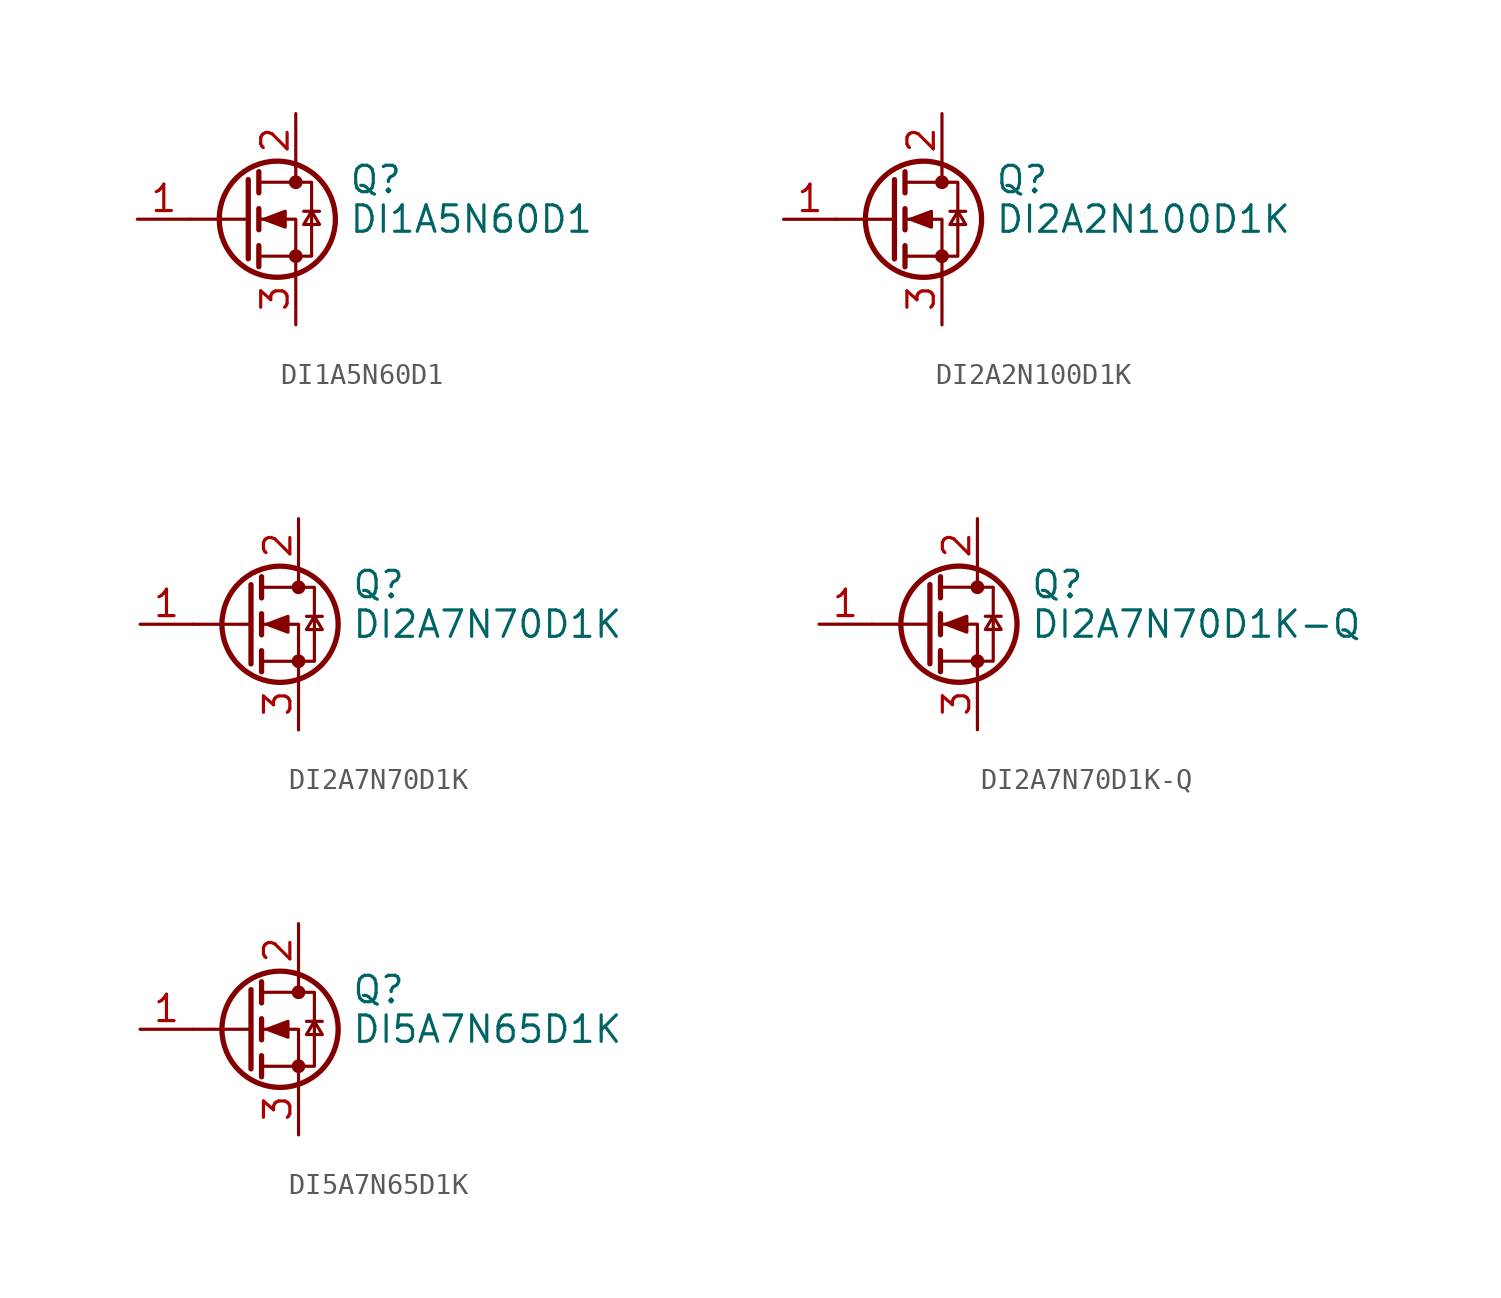
<source format=kicad_sym>
(kicad_symbol_lib
  (version 20241209)
  (generator "kicad_symbol_editor")
  (generator_version "9.0")
  (symbol "DI1A5N60D1"
    (pin_names
      (offset 0)
      (hide yes))
    (property "Reference" "Q"
      (at 5.08 1.905 0)
      (effects (font (size 1.27 1.27)) (justify left)))
    (property "Value" "DI1A5N60D1"
      (at 5.08 0 0)
      (effects (font (size 1.27 1.27)) (justify left)))
    (symbol "DI1A5N60D1_0_1"
      (polyline (pts (xy 0.254 1.905) (xy 0.254 -1.905)) (stroke (width 0.254) (type default)) (fill (type none)))
      (polyline (pts (xy 0.254 0) (xy -2.54 0)) (stroke (width 0) (type default)) (fill (type none)))
      (polyline (pts (xy 0.762 2.286) (xy 0.762 1.27)) (stroke (width 0.254) (type default)) (fill (type none)))
      (polyline (pts (xy 0.762 0.508) (xy 0.762 -0.508)) (stroke (width 0.254) (type default)) (fill (type none)))
      (polyline (pts (xy 0.762 -1.27) (xy 0.762 -2.286)) (stroke (width 0.254) (type default)) (fill (type none)))
      (polyline (pts (xy 0.762 -1.778) (xy 3.302 -1.778) (xy 3.302 1.778) (xy 0.762 1.778)) (stroke (width 0) (type default)) (fill (type none)))
      (polyline (pts (xy 1.016 0) (xy 2.032 0.381) (xy 2.032 -0.381) (xy 1.016 0)) (stroke (width 0) (type default)) (fill (type outline)))
      (circle (center 1.651 0) (radius 2.794) (stroke (width 0.254) (type default)) (fill (type none)))
      (polyline (pts (xy 2.54 2.54) (xy 2.54 1.778)) (stroke (width 0) (type default)) (fill (type none)))
      (circle (center 2.54 1.778) (radius 0.254) (stroke (width 0) (type default)) (fill (type outline)))
      (circle (center 2.54 -1.778) (radius 0.254) (stroke (width 0) (type default)) (fill (type outline)))
      (polyline (pts (xy 2.54 -2.54) (xy 2.54 0) (xy 0.762 0)) (stroke (width 0) (type default)) (fill (type none)))
      (polyline (pts (xy 2.921 0.381) (xy 3.683 0.381)) (stroke (width 0) (type default)) (fill (type none)))
      (polyline (pts (xy 3.302 0.381) (xy 2.921 -0.254) (xy 3.683 -0.254) (xy 3.302 0.381)) (stroke (width 0) (type default)) (fill (type none))))
    (symbol "DI1A5N60D1_1_1"
      (pin input line (at -5.08 0 0) (length 2.54) (name "G" (effects (font (size 1.27 1.27)))) (number "1" (effects (font (size 1.27 1.27)))))
      (pin passive line (at 2.54 5.08 270) (length 2.54) (name "D" (effects (font (size 1.27 1.27)))) (number "2" (effects (font (size 1.27 1.27)))))
      (pin passive line (at 2.54 -5.08 90) (length 2.54) (name "S" (effects (font (size 1.27 1.27)))) (number "3" (effects (font (size 1.27 1.27)))))))
  (symbol "DI2A2N100D1K"
    (pin_names
      (offset 0)
      (hide yes))
    (property "Reference" "Q"
      (at 5.08 1.905 0)
      (effects (font (size 1.27 1.27)) (justify left)))
    (property "Value" "DI2A2N100D1K"
      (at 5.08 0 0)
      (effects (font (size 1.27 1.27)) (justify left)))
    (symbol "DI2A2N100D1K_0_1"
      (polyline (pts (xy 0.254 1.905) (xy 0.254 -1.905)) (stroke (width 0.254) (type default)) (fill (type none)))
      (polyline (pts (xy 0.254 0) (xy -2.54 0)) (stroke (width 0) (type default)) (fill (type none)))
      (polyline (pts (xy 0.762 2.286) (xy 0.762 1.27)) (stroke (width 0.254) (type default)) (fill (type none)))
      (polyline (pts (xy 0.762 0.508) (xy 0.762 -0.508)) (stroke (width 0.254) (type default)) (fill (type none)))
      (polyline (pts (xy 0.762 -1.27) (xy 0.762 -2.286)) (stroke (width 0.254) (type default)) (fill (type none)))
      (polyline (pts (xy 0.762 -1.778) (xy 3.302 -1.778) (xy 3.302 1.778) (xy 0.762 1.778)) (stroke (width 0) (type default)) (fill (type none)))
      (polyline (pts (xy 1.016 0) (xy 2.032 0.381) (xy 2.032 -0.381) (xy 1.016 0)) (stroke (width 0) (type default)) (fill (type outline)))
      (circle (center 1.651 0) (radius 2.794) (stroke (width 0.254) (type default)) (fill (type none)))
      (polyline (pts (xy 2.54 2.54) (xy 2.54 1.778)) (stroke (width 0) (type default)) (fill (type none)))
      (circle (center 2.54 1.778) (radius 0.254) (stroke (width 0) (type default)) (fill (type outline)))
      (circle (center 2.54 -1.778) (radius 0.254) (stroke (width 0) (type default)) (fill (type outline)))
      (polyline (pts (xy 2.54 -2.54) (xy 2.54 0) (xy 0.762 0)) (stroke (width 0) (type default)) (fill (type none)))
      (polyline (pts (xy 2.921 0.381) (xy 3.683 0.381)) (stroke (width 0) (type default)) (fill (type none)))
      (polyline (pts (xy 3.302 0.381) (xy 2.921 -0.254) (xy 3.683 -0.254) (xy 3.302 0.381)) (stroke (width 0) (type default)) (fill (type none))))
    (symbol "DI2A2N100D1K_1_1"
      (pin input line (at -5.08 0 0) (length 2.54) (name "G" (effects (font (size 1.27 1.27)))) (number "1" (effects (font (size 1.27 1.27)))))
      (pin passive line (at 2.54 5.08 270) (length 2.54) (name "D" (effects (font (size 1.27 1.27)))) (number "2" (effects (font (size 1.27 1.27)))))
      (pin passive line (at 2.54 -5.08 90) (length 2.54) (name "S" (effects (font (size 1.27 1.27)))) (number "3" (effects (font (size 1.27 1.27)))))))
  (symbol "DI2A7N70D1K"
    (pin_names
      (offset 0)
      (hide yes))
    (property "Reference" "Q"
      (at 5.08 1.905 0)
      (effects (font (size 1.27 1.27)) (justify left)))
    (property "Value" "DI2A7N70D1K"
      (at 5.08 0 0)
      (effects (font (size 1.27 1.27)) (justify left)))
    (symbol "DI2A7N70D1K_0_1"
      (polyline (pts (xy 0.254 1.905) (xy 0.254 -1.905)) (stroke (width 0.254) (type default)) (fill (type none)))
      (polyline (pts (xy 0.254 0) (xy -2.54 0)) (stroke (width 0) (type default)) (fill (type none)))
      (polyline (pts (xy 0.762 2.286) (xy 0.762 1.27)) (stroke (width 0.254) (type default)) (fill (type none)))
      (polyline (pts (xy 0.762 0.508) (xy 0.762 -0.508)) (stroke (width 0.254) (type default)) (fill (type none)))
      (polyline (pts (xy 0.762 -1.27) (xy 0.762 -2.286)) (stroke (width 0.254) (type default)) (fill (type none)))
      (polyline (pts (xy 0.762 -1.778) (xy 3.302 -1.778) (xy 3.302 1.778) (xy 0.762 1.778)) (stroke (width 0) (type default)) (fill (type none)))
      (polyline (pts (xy 1.016 0) (xy 2.032 0.381) (xy 2.032 -0.381) (xy 1.016 0)) (stroke (width 0) (type default)) (fill (type outline)))
      (circle (center 1.651 0) (radius 2.794) (stroke (width 0.254) (type default)) (fill (type none)))
      (polyline (pts (xy 2.54 2.54) (xy 2.54 1.778)) (stroke (width 0) (type default)) (fill (type none)))
      (circle (center 2.54 1.778) (radius 0.254) (stroke (width 0) (type default)) (fill (type outline)))
      (circle (center 2.54 -1.778) (radius 0.254) (stroke (width 0) (type default)) (fill (type outline)))
      (polyline (pts (xy 2.54 -2.54) (xy 2.54 0) (xy 0.762 0)) (stroke (width 0) (type default)) (fill (type none)))
      (polyline (pts (xy 2.921 0.381) (xy 3.683 0.381)) (stroke (width 0) (type default)) (fill (type none)))
      (polyline (pts (xy 3.302 0.381) (xy 2.921 -0.254) (xy 3.683 -0.254) (xy 3.302 0.381)) (stroke (width 0) (type default)) (fill (type none))))
    (symbol "DI2A7N70D1K_1_1"
      (pin input line (at -5.08 0 0) (length 2.54) (name "G" (effects (font (size 1.27 1.27)))) (number "1" (effects (font (size 1.27 1.27)))))
      (pin passive line (at 2.54 5.08 270) (length 2.54) (name "D" (effects (font (size 1.27 1.27)))) (number "2" (effects (font (size 1.27 1.27)))))
      (pin passive line (at 2.54 -5.08 90) (length 2.54) (name "S" (effects (font (size 1.27 1.27)))) (number "3" (effects (font (size 1.27 1.27)))))))
  (symbol "DI2A7N70D1K-Q"
    (pin_names
      (offset 0)
      (hide yes))
    (property "Reference" "Q"
      (at 5.08 1.905 0)
      (effects (font (size 1.27 1.27)) (justify left)))
    (property "Value" "DI2A7N70D1K-Q"
      (at 5.08 0 0)
      (effects (font (size 1.27 1.27)) (justify left)))
    (symbol "DI2A7N70D1K-Q_0_1"
      (polyline (pts (xy 0.254 1.905) (xy 0.254 -1.905)) (stroke (width 0.254) (type default)) (fill (type none)))
      (polyline (pts (xy 0.254 0) (xy -2.54 0)) (stroke (width 0) (type default)) (fill (type none)))
      (polyline (pts (xy 0.762 2.286) (xy 0.762 1.27)) (stroke (width 0.254) (type default)) (fill (type none)))
      (polyline (pts (xy 0.762 0.508) (xy 0.762 -0.508)) (stroke (width 0.254) (type default)) (fill (type none)))
      (polyline (pts (xy 0.762 -1.27) (xy 0.762 -2.286)) (stroke (width 0.254) (type default)) (fill (type none)))
      (polyline (pts (xy 0.762 -1.778) (xy 3.302 -1.778) (xy 3.302 1.778) (xy 0.762 1.778)) (stroke (width 0) (type default)) (fill (type none)))
      (polyline (pts (xy 1.016 0) (xy 2.032 0.381) (xy 2.032 -0.381) (xy 1.016 0)) (stroke (width 0) (type default)) (fill (type outline)))
      (circle (center 1.651 0) (radius 2.794) (stroke (width 0.254) (type default)) (fill (type none)))
      (polyline (pts (xy 2.54 2.54) (xy 2.54 1.778)) (stroke (width 0) (type default)) (fill (type none)))
      (circle (center 2.54 1.778) (radius 0.254) (stroke (width 0) (type default)) (fill (type outline)))
      (circle (center 2.54 -1.778) (radius 0.254) (stroke (width 0) (type default)) (fill (type outline)))
      (polyline (pts (xy 2.54 -2.54) (xy 2.54 0) (xy 0.762 0)) (stroke (width 0) (type default)) (fill (type none)))
      (polyline (pts (xy 2.921 0.381) (xy 3.683 0.381)) (stroke (width 0) (type default)) (fill (type none)))
      (polyline (pts (xy 3.302 0.381) (xy 2.921 -0.254) (xy 3.683 -0.254) (xy 3.302 0.381)) (stroke (width 0) (type default)) (fill (type none))))
    (symbol "DI2A7N70D1K-Q_1_1"
      (pin input line (at -5.08 0 0) (length 2.54) (name "G" (effects (font (size 1.27 1.27)))) (number "1" (effects (font (size 1.27 1.27)))))
      (pin passive line (at 2.54 5.08 270) (length 2.54) (name "D" (effects (font (size 1.27 1.27)))) (number "2" (effects (font (size 1.27 1.27)))))
      (pin passive line (at 2.54 -5.08 90) (length 2.54) (name "S" (effects (font (size 1.27 1.27)))) (number "3" (effects (font (size 1.27 1.27)))))))
  (symbol "DI5A7N65D1K"
    (pin_names
      (offset 0)
      (hide yes))
    (property "Reference" "Q"
      (at 5.08 1.905 0)
      (effects (font (size 1.27 1.27)) (justify left)))
    (property "Value" "DI5A7N65D1K"
      (at 5.08 0 0)
      (effects (font (size 1.27 1.27)) (justify left)))
    (symbol "DI5A7N65D1K_0_1"
      (polyline (pts (xy 0.254 1.905) (xy 0.254 -1.905)) (stroke (width 0.254) (type default)) (fill (type none)))
      (polyline (pts (xy 0.254 0) (xy -2.54 0)) (stroke (width 0) (type default)) (fill (type none)))
      (polyline (pts (xy 0.762 2.286) (xy 0.762 1.27)) (stroke (width 0.254) (type default)) (fill (type none)))
      (polyline (pts (xy 0.762 0.508) (xy 0.762 -0.508)) (stroke (width 0.254) (type default)) (fill (type none)))
      (polyline (pts (xy 0.762 -1.27) (xy 0.762 -2.286)) (stroke (width 0.254) (type default)) (fill (type none)))
      (polyline (pts (xy 0.762 -1.778) (xy 3.302 -1.778) (xy 3.302 1.778) (xy 0.762 1.778)) (stroke (width 0) (type default)) (fill (type none)))
      (polyline (pts (xy 1.016 0) (xy 2.032 0.381) (xy 2.032 -0.381) (xy 1.016 0)) (stroke (width 0) (type default)) (fill (type outline)))
      (circle (center 1.651 0) (radius 2.794) (stroke (width 0.254) (type default)) (fill (type none)))
      (polyline (pts (xy 2.54 2.54) (xy 2.54 1.778)) (stroke (width 0) (type default)) (fill (type none)))
      (circle (center 2.54 1.778) (radius 0.254) (stroke (width 0) (type default)) (fill (type outline)))
      (circle (center 2.54 -1.778) (radius 0.254) (stroke (width 0) (type default)) (fill (type outline)))
      (polyline (pts (xy 2.54 -2.54) (xy 2.54 0) (xy 0.762 0)) (stroke (width 0) (type default)) (fill (type none)))
      (polyline (pts (xy 2.921 0.381) (xy 3.683 0.381)) (stroke (width 0) (type default)) (fill (type none)))
      (polyline (pts (xy 3.302 0.381) (xy 2.921 -0.254) (xy 3.683 -0.254) (xy 3.302 0.381)) (stroke (width 0) (type default)) (fill (type none))))
    (symbol "DI5A7N65D1K_1_1"
      (pin input line (at -5.08 0 0) (length 2.54) (name "G" (effects (font (size 1.27 1.27)))) (number "1" (effects (font (size 1.27 1.27)))))
      (pin passive line (at 2.54 5.08 270) (length 2.54) (name "D" (effects (font (size 1.27 1.27)))) (number "2" (effects (font (size 1.27 1.27)))))
      (pin passive line (at 2.54 -5.08 90) (length 2.54) (name "S" (effects (font (size 1.27 1.27)))) (number "3" (effects (font (size 1.27 1.27))))))))
</source>
